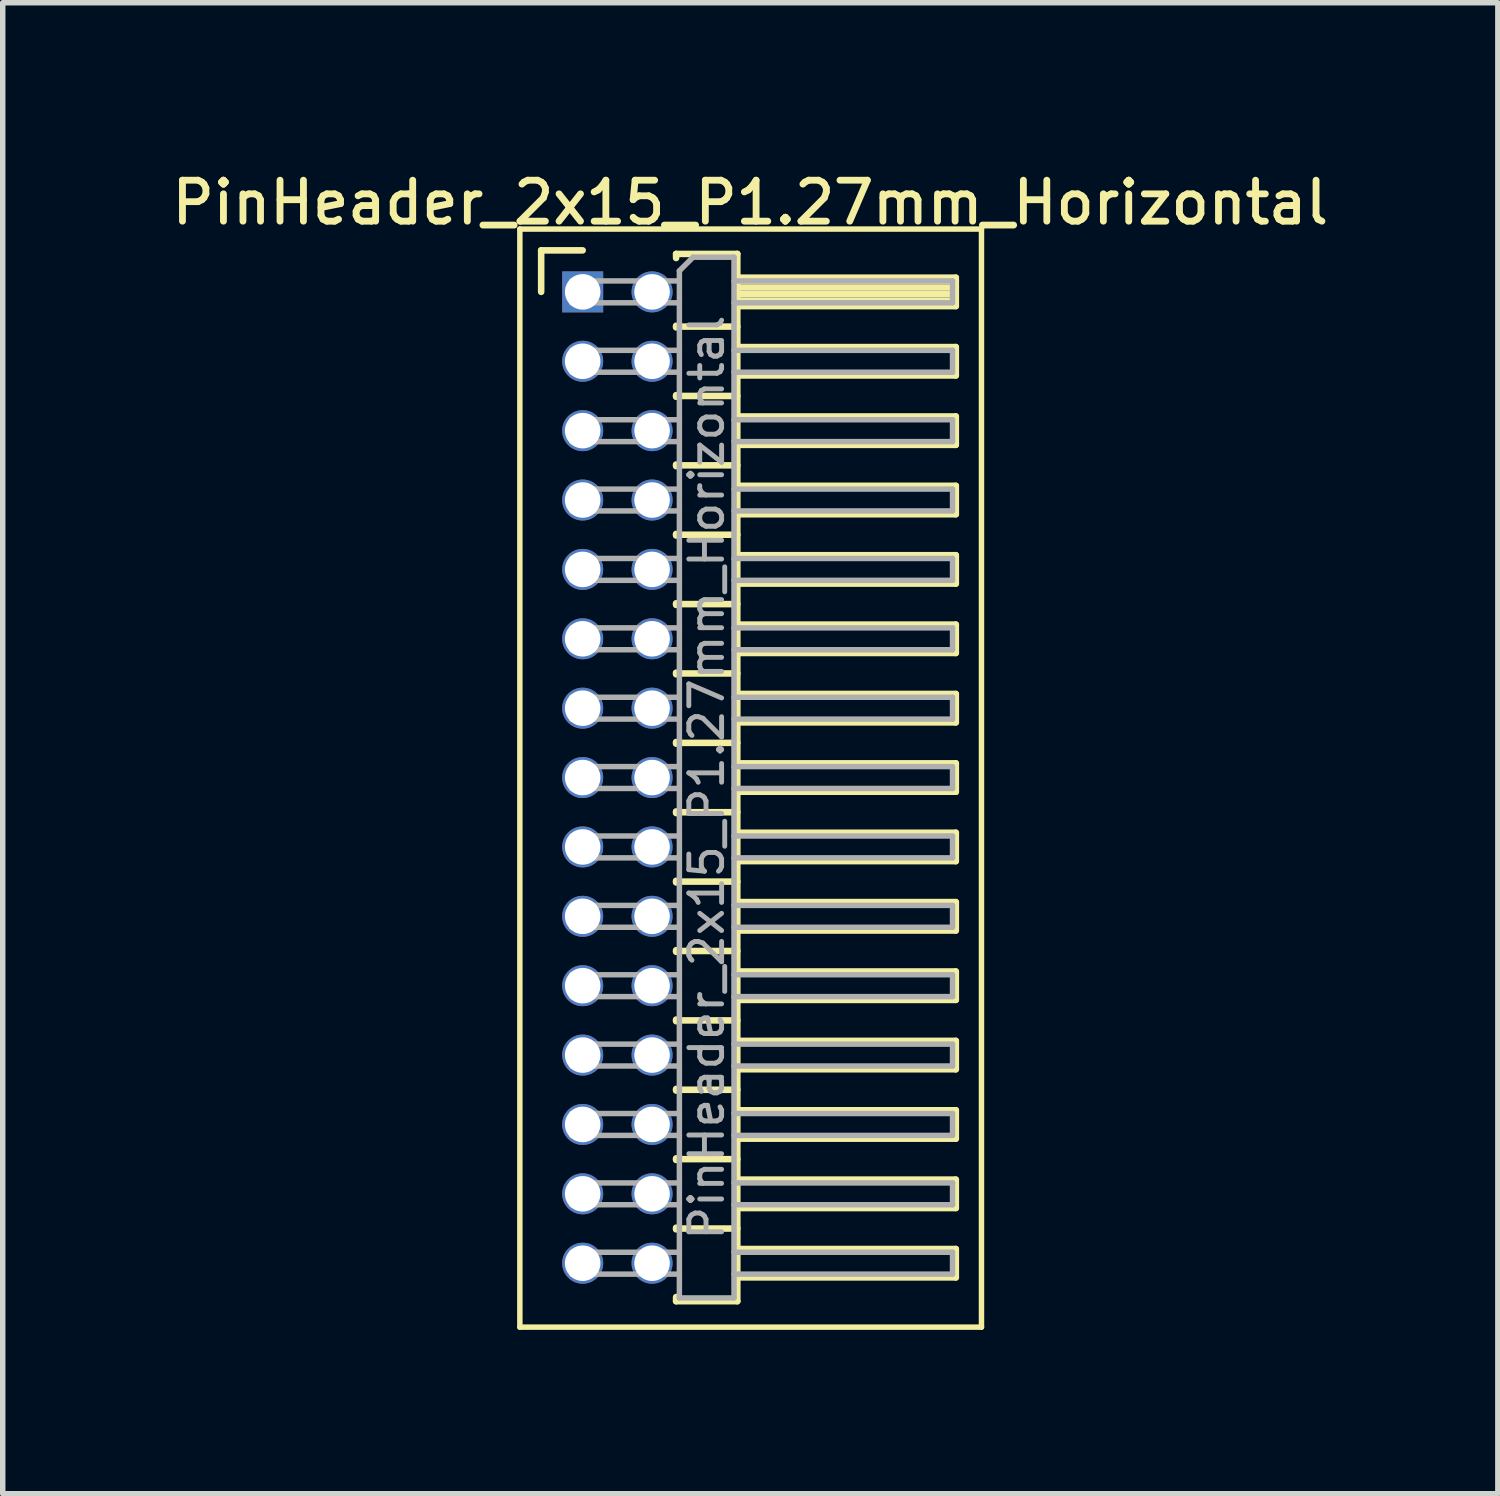
<source format=kicad_pcb>
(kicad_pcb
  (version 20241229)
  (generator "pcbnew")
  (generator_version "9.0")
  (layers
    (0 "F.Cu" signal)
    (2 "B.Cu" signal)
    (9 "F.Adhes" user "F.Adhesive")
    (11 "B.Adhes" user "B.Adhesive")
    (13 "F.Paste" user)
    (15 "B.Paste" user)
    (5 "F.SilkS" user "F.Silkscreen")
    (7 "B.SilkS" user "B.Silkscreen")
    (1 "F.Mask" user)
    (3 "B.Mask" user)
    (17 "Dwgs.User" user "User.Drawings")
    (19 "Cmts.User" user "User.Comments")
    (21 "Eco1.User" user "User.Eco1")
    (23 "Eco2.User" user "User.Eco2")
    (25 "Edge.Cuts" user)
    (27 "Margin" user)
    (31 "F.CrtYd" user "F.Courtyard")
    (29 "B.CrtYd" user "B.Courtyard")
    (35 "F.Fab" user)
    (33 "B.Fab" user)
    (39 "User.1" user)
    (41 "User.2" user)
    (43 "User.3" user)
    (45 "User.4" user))
  (footprint "PinHeader_2x15_P1.27mm_Horizontal"
    (layer "F.Cu")
    (at 7.616 2.293)
    (property "Reference" "PinHeader_2x15_P1.27mm_Horizontal" (at 3.067 -1.635 0) (layer "F.SilkS") (effects (font (size 0.75 0.75) (thickness 0.125))))
    (attr through_hole)
    (fp_line (start -1.15 -1.15) (end -1.15 18.95) (stroke (width 0.1) (type solid)) (layer "F.SilkS"))
    (fp_line (start -1.15 18.95) (end 7.3 18.95) (stroke (width 0.1) (type solid)) (layer "F.SilkS"))
    (fp_line (start -0.76 -0.76) (end 0 -0.76) (stroke (width 0.12) (type solid)) (layer "F.SilkS"))
    (fp_line (start -0.76 0) (end -0.76 -0.76) (stroke (width 0.12) (type solid)) (layer "F.SilkS"))
    (fp_line (start 1.71 -0.695) (end 2.83 -0.695) (stroke (width 0.12) (type solid)) (layer "F.SilkS"))
    (fp_line (start 1.71 -0.62) (end 1.71 -0.695) (stroke (width 0.12) (type solid)) (layer "F.SilkS"))
    (fp_line (start 1.71 0.62) (end 1.71 0.65) (stroke (width 0.12) (type solid)) (layer "F.SilkS"))
    (fp_line (start 1.71 0.635) (end 2.83 0.635) (stroke (width 0.12) (type solid)) (layer "F.SilkS"))
    (fp_line (start 1.71 1.89) (end 1.71 1.92) (stroke (width 0.12) (type solid)) (layer "F.SilkS"))
    (fp_line (start 1.71 1.905) (end 2.83 1.905) (stroke (width 0.12) (type solid)) (layer "F.SilkS"))
    (fp_line (start 1.71 3.16) (end 1.71 3.19) (stroke (width 0.12) (type solid)) (layer "F.SilkS"))
    (fp_line (start 1.71 3.175) (end 2.83 3.175) (stroke (width 0.12) (type solid)) (layer "F.SilkS"))
    (fp_line (start 1.71 4.43) (end 1.71 4.46) (stroke (width 0.12) (type solid)) (layer "F.SilkS"))
    (fp_line (start 1.71 4.445) (end 2.83 4.445) (stroke (width 0.12) (type solid)) (layer "F.SilkS"))
    (fp_line (start 1.71 5.7) (end 1.71 5.73) (stroke (width 0.12) (type solid)) (layer "F.SilkS"))
    (fp_line (start 1.71 5.715) (end 2.83 5.715) (stroke (width 0.12) (type solid)) (layer "F.SilkS"))
    (fp_line (start 1.71 6.97) (end 1.71 7) (stroke (width 0.12) (type solid)) (layer "F.SilkS"))
    (fp_line (start 1.71 6.985) (end 2.83 6.985) (stroke (width 0.12) (type solid)) (layer "F.SilkS"))
    (fp_line (start 1.71 8.24) (end 1.71 8.27) (stroke (width 0.12) (type solid)) (layer "F.SilkS"))
    (fp_line (start 1.71 8.255) (end 2.83 8.255) (stroke (width 0.12) (type solid)) (layer "F.SilkS"))
    (fp_line (start 1.71 9.51) (end 1.71 9.54) (stroke (width 0.12) (type solid)) (layer "F.SilkS"))
    (fp_line (start 1.71 9.525) (end 2.83 9.525) (stroke (width 0.12) (type solid)) (layer "F.SilkS"))
    (fp_line (start 1.71 10.78) (end 1.71 10.81) (stroke (width 0.12) (type solid)) (layer "F.SilkS"))
    (fp_line (start 1.71 10.795) (end 2.83 10.795) (stroke (width 0.12) (type solid)) (layer "F.SilkS"))
    (fp_line (start 1.71 12.05) (end 1.71 12.08) (stroke (width 0.12) (type solid)) (layer "F.SilkS"))
    (fp_line (start 1.71 12.065) (end 2.83 12.065) (stroke (width 0.12) (type solid)) (layer "F.SilkS"))
    (fp_line (start 1.71 13.32) (end 1.71 13.35) (stroke (width 0.12) (type solid)) (layer "F.SilkS"))
    (fp_line (start 1.71 13.335) (end 2.83 13.335) (stroke (width 0.12) (type solid)) (layer "F.SilkS"))
    (fp_line (start 1.71 14.59) (end 1.71 14.62) (stroke (width 0.12) (type solid)) (layer "F.SilkS"))
    (fp_line (start 1.71 14.605) (end 2.83 14.605) (stroke (width 0.12) (type solid)) (layer "F.SilkS"))
    (fp_line (start 1.71 15.86) (end 1.71 15.89) (stroke (width 0.12) (type solid)) (layer "F.SilkS"))
    (fp_line (start 1.71 15.875) (end 2.83 15.875) (stroke (width 0.12) (type solid)) (layer "F.SilkS"))
    (fp_line (start 1.71 17.13) (end 1.71 17.16) (stroke (width 0.12) (type solid)) (layer "F.SilkS"))
    (fp_line (start 1.71 17.145) (end 2.83 17.145) (stroke (width 0.12) (type solid)) (layer "F.SilkS"))
    (fp_line (start 1.71 18.475) (end 1.71 18.4) (stroke (width 0.12) (type solid)) (layer "F.SilkS"))
    (fp_line (start 2.83 -0.695) (end 2.83 18.475) (stroke (width 0.12) (type solid)) (layer "F.SilkS"))
    (fp_line (start 2.83 -0.26) (end 6.83 -0.26) (stroke (width 0.12) (type solid)) (layer "F.SilkS"))
    (fp_line (start 2.83 -0.2) (end 6.83 -0.2) (stroke (width 0.12) (type solid)) (layer "F.SilkS"))
    (fp_line (start 2.83 -0.08) (end 6.83 -0.08) (stroke (width 0.12) (type solid)) (layer "F.SilkS"))
    (fp_line (start 2.83 0.04) (end 6.83 0.04) (stroke (width 0.12) (type solid)) (layer "F.SilkS"))
    (fp_line (start 2.83 0.16) (end 6.83 0.16) (stroke (width 0.12) (type solid)) (layer "F.SilkS"))
    (fp_line (start 2.83 1.01) (end 6.83 1.01) (stroke (width 0.12) (type solid)) (layer "F.SilkS"))
    (fp_line (start 2.83 2.28) (end 6.83 2.28) (stroke (width 0.12) (type solid)) (layer "F.SilkS"))
    (fp_line (start 2.83 3.55) (end 6.83 3.55) (stroke (width 0.12) (type solid)) (layer "F.SilkS"))
    (fp_line (start 2.83 4.82) (end 6.83 4.82) (stroke (width 0.12) (type solid)) (layer "F.SilkS"))
    (fp_line (start 2.83 6.09) (end 6.83 6.09) (stroke (width 0.12) (type solid)) (layer "F.SilkS"))
    (fp_line (start 2.83 7.36) (end 6.83 7.36) (stroke (width 0.12) (type solid)) (layer "F.SilkS"))
    (fp_line (start 2.83 8.63) (end 6.83 8.63) (stroke (width 0.12) (type solid)) (layer "F.SilkS"))
    (fp_line (start 2.83 9.9) (end 6.83 9.9) (stroke (width 0.12) (type solid)) (layer "F.SilkS"))
    (fp_line (start 2.83 11.17) (end 6.83 11.17) (stroke (width 0.12) (type solid)) (layer "F.SilkS"))
    (fp_line (start 2.83 12.44) (end 6.83 12.44) (stroke (width 0.12) (type solid)) (layer "F.SilkS"))
    (fp_line (start 2.83 13.71) (end 6.83 13.71) (stroke (width 0.12) (type solid)) (layer "F.SilkS"))
    (fp_line (start 2.83 14.98) (end 6.83 14.98) (stroke (width 0.12) (type solid)) (layer "F.SilkS"))
    (fp_line (start 2.83 16.25) (end 6.83 16.25) (stroke (width 0.12) (type solid)) (layer "F.SilkS"))
    (fp_line (start 2.83 17.52) (end 6.83 17.52) (stroke (width 0.12) (type solid)) (layer "F.SilkS"))
    (fp_line (start 2.83 18.475) (end 1.71 18.475) (stroke (width 0.12) (type solid)) (layer "F.SilkS"))
    (fp_line (start 6.83 -0.26) (end 6.83 0.26) (stroke (width 0.12) (type solid)) (layer "F.SilkS"))
    (fp_line (start 6.83 0.26) (end 2.83 0.26) (stroke (width 0.12) (type solid)) (layer "F.SilkS"))
    (fp_line (start 6.83 1.01) (end 6.83 1.53) (stroke (width 0.12) (type solid)) (layer "F.SilkS"))
    (fp_line (start 6.83 1.53) (end 2.83 1.53) (stroke (width 0.12) (type solid)) (layer "F.SilkS"))
    (fp_line (start 6.83 2.28) (end 6.83 2.8) (stroke (width 0.12) (type solid)) (layer "F.SilkS"))
    (fp_line (start 6.83 2.8) (end 2.83 2.8) (stroke (width 0.12) (type solid)) (layer "F.SilkS"))
    (fp_line (start 6.83 3.55) (end 6.83 4.07) (stroke (width 0.12) (type solid)) (layer "F.SilkS"))
    (fp_line (start 6.83 4.07) (end 2.83 4.07) (stroke (width 0.12) (type solid)) (layer "F.SilkS"))
    (fp_line (start 6.83 4.82) (end 6.83 5.34) (stroke (width 0.12) (type solid)) (layer "F.SilkS"))
    (fp_line (start 6.83 5.34) (end 2.83 5.34) (stroke (width 0.12) (type solid)) (layer "F.SilkS"))
    (fp_line (start 6.83 6.09) (end 6.83 6.61) (stroke (width 0.12) (type solid)) (layer "F.SilkS"))
    (fp_line (start 6.83 6.61) (end 2.83 6.61) (stroke (width 0.12) (type solid)) (layer "F.SilkS"))
    (fp_line (start 6.83 7.36) (end 6.83 7.88) (stroke (width 0.12) (type solid)) (layer "F.SilkS"))
    (fp_line (start 6.83 7.88) (end 2.83 7.88) (stroke (width 0.12) (type solid)) (layer "F.SilkS"))
    (fp_line (start 6.83 8.63) (end 6.83 9.15) (stroke (width 0.12) (type solid)) (layer "F.SilkS"))
    (fp_line (start 6.83 9.15) (end 2.83 9.15) (stroke (width 0.12) (type solid)) (layer "F.SilkS"))
    (fp_line (start 6.83 9.9) (end 6.83 10.42) (stroke (width 0.12) (type solid)) (layer "F.SilkS"))
    (fp_line (start 6.83 10.42) (end 2.83 10.42) (stroke (width 0.12) (type solid)) (layer "F.SilkS"))
    (fp_line (start 6.83 11.17) (end 6.83 11.69) (stroke (width 0.12) (type solid)) (layer "F.SilkS"))
    (fp_line (start 6.83 11.69) (end 2.83 11.69) (stroke (width 0.12) (type solid)) (layer "F.SilkS"))
    (fp_line (start 6.83 12.44) (end 6.83 12.96) (stroke (width 0.12) (type solid)) (layer "F.SilkS"))
    (fp_line (start 6.83 12.96) (end 2.83 12.96) (stroke (width 0.12) (type solid)) (layer "F.SilkS"))
    (fp_line (start 6.83 13.71) (end 6.83 14.23) (stroke (width 0.12) (type solid)) (layer "F.SilkS"))
    (fp_line (start 6.83 14.23) (end 2.83 14.23) (stroke (width 0.12) (type solid)) (layer "F.SilkS"))
    (fp_line (start 6.83 14.98) (end 6.83 15.5) (stroke (width 0.12) (type solid)) (layer "F.SilkS"))
    (fp_line (start 6.83 15.5) (end 2.83 15.5) (stroke (width 0.12) (type solid)) (layer "F.SilkS"))
    (fp_line (start 6.83 16.25) (end 6.83 16.77) (stroke (width 0.12) (type solid)) (layer "F.SilkS"))
    (fp_line (start 6.83 16.77) (end 2.83 16.77) (stroke (width 0.12) (type solid)) (layer "F.SilkS"))
    (fp_line (start 6.83 17.52) (end 6.83 18.04) (stroke (width 0.12) (type solid)) (layer "F.SilkS"))
    (fp_line (start 6.83 18.04) (end 2.83 18.04) (stroke (width 0.12) (type solid)) (layer "F.SilkS"))
    (fp_line (start 7.3 -1.15) (end -1.15 -1.15) (stroke (width 0.1) (type solid)) (layer "F.SilkS"))
    (fp_line (start 7.3 18.95) (end 7.3 -1.15) (stroke (width 0.1) (type solid)) (layer "F.SilkS"))
    (fp_line (start -0.2 -0.2) (end -0.2 0.2) (stroke (width 0.1) (type solid)) (layer "F.Fab"))
    (fp_line (start -0.2 -0.2) (end 1.77 -0.2) (stroke (width 0.1) (type solid)) (layer "F.Fab"))
    (fp_line (start -0.2 0.2) (end 1.77 0.2) (stroke (width 0.1) (type solid)) (layer "F.Fab"))
    (fp_line (start -0.2 1.07) (end -0.2 1.47) (stroke (width 0.1) (type solid)) (layer "F.Fab"))
    (fp_line (start -0.2 1.07) (end 1.77 1.07) (stroke (width 0.1) (type solid)) (layer "F.Fab"))
    (fp_line (start -0.2 1.47) (end 1.77 1.47) (stroke (width 0.1) (type solid)) (layer "F.Fab"))
    (fp_line (start -0.2 2.34) (end -0.2 2.74) (stroke (width 0.1) (type solid)) (layer "F.Fab"))
    (fp_line (start -0.2 2.34) (end 1.77 2.34) (stroke (width 0.1) (type solid)) (layer "F.Fab"))
    (fp_line (start -0.2 2.74) (end 1.77 2.74) (stroke (width 0.1) (type solid)) (layer "F.Fab"))
    (fp_line (start -0.2 3.61) (end -0.2 4.01) (stroke (width 0.1) (type solid)) (layer "F.Fab"))
    (fp_line (start -0.2 3.61) (end 1.77 3.61) (stroke (width 0.1) (type solid)) (layer "F.Fab"))
    (fp_line (start -0.2 4.01) (end 1.77 4.01) (stroke (width 0.1) (type solid)) (layer "F.Fab"))
    (fp_line (start -0.2 4.88) (end -0.2 5.28) (stroke (width 0.1) (type solid)) (layer "F.Fab"))
    (fp_line (start -0.2 4.88) (end 1.77 4.88) (stroke (width 0.1) (type solid)) (layer "F.Fab"))
    (fp_line (start -0.2 5.28) (end 1.77 5.28) (stroke (width 0.1) (type solid)) (layer "F.Fab"))
    (fp_line (start -0.2 6.15) (end -0.2 6.55) (stroke (width 0.1) (type solid)) (layer "F.Fab"))
    (fp_line (start -0.2 6.15) (end 1.77 6.15) (stroke (width 0.1) (type solid)) (layer "F.Fab"))
    (fp_line (start -0.2 6.55) (end 1.77 6.55) (stroke (width 0.1) (type solid)) (layer "F.Fab"))
    (fp_line (start -0.2 7.42) (end -0.2 7.82) (stroke (width 0.1) (type solid)) (layer "F.Fab"))
    (fp_line (start -0.2 7.42) (end 1.77 7.42) (stroke (width 0.1) (type solid)) (layer "F.Fab"))
    (fp_line (start -0.2 7.82) (end 1.77 7.82) (stroke (width 0.1) (type solid)) (layer "F.Fab"))
    (fp_line (start -0.2 8.69) (end -0.2 9.09) (stroke (width 0.1) (type solid)) (layer "F.Fab"))
    (fp_line (start -0.2 8.69) (end 1.77 8.69) (stroke (width 0.1) (type solid)) (layer "F.Fab"))
    (fp_line (start -0.2 9.09) (end 1.77 9.09) (stroke (width 0.1) (type solid)) (layer "F.Fab"))
    (fp_line (start -0.2 9.96) (end -0.2 10.36) (stroke (width 0.1) (type solid)) (layer "F.Fab"))
    (fp_line (start -0.2 9.96) (end 1.77 9.96) (stroke (width 0.1) (type solid)) (layer "F.Fab"))
    (fp_line (start -0.2 10.36) (end 1.77 10.36) (stroke (width 0.1) (type solid)) (layer "F.Fab"))
    (fp_line (start -0.2 11.23) (end -0.2 11.63) (stroke (width 0.1) (type solid)) (layer "F.Fab"))
    (fp_line (start -0.2 11.23) (end 1.77 11.23) (stroke (width 0.1) (type solid)) (layer "F.Fab"))
    (fp_line (start -0.2 11.63) (end 1.77 11.63) (stroke (width 0.1) (type solid)) (layer "F.Fab"))
    (fp_line (start -0.2 12.5) (end -0.2 12.9) (stroke (width 0.1) (type solid)) (layer "F.Fab"))
    (fp_line (start -0.2 12.5) (end 1.77 12.5) (stroke (width 0.1) (type solid)) (layer "F.Fab"))
    (fp_line (start -0.2 12.9) (end 1.77 12.9) (stroke (width 0.1) (type solid)) (layer "F.Fab"))
    (fp_line (start -0.2 13.77) (end -0.2 14.17) (stroke (width 0.1) (type solid)) (layer "F.Fab"))
    (fp_line (start -0.2 13.77) (end 1.77 13.77) (stroke (width 0.1) (type solid)) (layer "F.Fab"))
    (fp_line (start -0.2 14.17) (end 1.77 14.17) (stroke (width 0.1) (type solid)) (layer "F.Fab"))
    (fp_line (start -0.2 15.04) (end -0.2 15.44) (stroke (width 0.1) (type solid)) (layer "F.Fab"))
    (fp_line (start -0.2 15.04) (end 1.77 15.04) (stroke (width 0.1) (type solid)) (layer "F.Fab"))
    (fp_line (start -0.2 15.44) (end 1.77 15.44) (stroke (width 0.1) (type solid)) (layer "F.Fab"))
    (fp_line (start -0.2 16.31) (end -0.2 16.71) (stroke (width 0.1) (type solid)) (layer "F.Fab"))
    (fp_line (start -0.2 16.31) (end 1.77 16.31) (stroke (width 0.1) (type solid)) (layer "F.Fab"))
    (fp_line (start -0.2 16.71) (end 1.77 16.71) (stroke (width 0.1) (type solid)) (layer "F.Fab"))
    (fp_line (start -0.2 17.58) (end -0.2 17.98) (stroke (width 0.1) (type solid)) (layer "F.Fab"))
    (fp_line (start -0.2 17.58) (end 1.77 17.58) (stroke (width 0.1) (type solid)) (layer "F.Fab"))
    (fp_line (start -0.2 17.98) (end 1.77 17.98) (stroke (width 0.1) (type solid)) (layer "F.Fab"))
    (fp_line (start 1.77 -0.385) (end 2.02 -0.635) (stroke (width 0.1) (type solid)) (layer "F.Fab"))
    (fp_line (start 1.77 18.415) (end 1.77 -0.385) (stroke (width 0.1) (type solid)) (layer "F.Fab"))
    (fp_line (start 2.02 -0.635) (end 2.77 -0.635) (stroke (width 0.1) (type solid)) (layer "F.Fab"))
    (fp_line (start 2.77 -0.635) (end 2.77 18.415) (stroke (width 0.1) (type solid)) (layer "F.Fab"))
    (fp_line (start 2.77 -0.2) (end 6.77 -0.2) (stroke (width 0.1) (type solid)) (layer "F.Fab"))
    (fp_line (start 2.77 0.2) (end 6.77 0.2) (stroke (width 0.1) (type solid)) (layer "F.Fab"))
    (fp_line (start 2.77 1.07) (end 6.77 1.07) (stroke (width 0.1) (type solid)) (layer "F.Fab"))
    (fp_line (start 2.77 1.47) (end 6.77 1.47) (stroke (width 0.1) (type solid)) (layer "F.Fab"))
    (fp_line (start 2.77 2.34) (end 6.77 2.34) (stroke (width 0.1) (type solid)) (layer "F.Fab"))
    (fp_line (start 2.77 2.74) (end 6.77 2.74) (stroke (width 0.1) (type solid)) (layer "F.Fab"))
    (fp_line (start 2.77 3.61) (end 6.77 3.61) (stroke (width 0.1) (type solid)) (layer "F.Fab"))
    (fp_line (start 2.77 4.01) (end 6.77 4.01) (stroke (width 0.1) (type solid)) (layer "F.Fab"))
    (fp_line (start 2.77 4.88) (end 6.77 4.88) (stroke (width 0.1) (type solid)) (layer "F.Fab"))
    (fp_line (start 2.77 5.28) (end 6.77 5.28) (stroke (width 0.1) (type solid)) (layer "F.Fab"))
    (fp_line (start 2.77 6.15) (end 6.77 6.15) (stroke (width 0.1) (type solid)) (layer "F.Fab"))
    (fp_line (start 2.77 6.55) (end 6.77 6.55) (stroke (width 0.1) (type solid)) (layer "F.Fab"))
    (fp_line (start 2.77 7.42) (end 6.77 7.42) (stroke (width 0.1) (type solid)) (layer "F.Fab"))
    (fp_line (start 2.77 7.82) (end 6.77 7.82) (stroke (width 0.1) (type solid)) (layer "F.Fab"))
    (fp_line (start 2.77 8.69) (end 6.77 8.69) (stroke (width 0.1) (type solid)) (layer "F.Fab"))
    (fp_line (start 2.77 9.09) (end 6.77 9.09) (stroke (width 0.1) (type solid)) (layer "F.Fab"))
    (fp_line (start 2.77 9.96) (end 6.77 9.96) (stroke (width 0.1) (type solid)) (layer "F.Fab"))
    (fp_line (start 2.77 10.36) (end 6.77 10.36) (stroke (width 0.1) (type solid)) (layer "F.Fab"))
    (fp_line (start 2.77 11.23) (end 6.77 11.23) (stroke (width 0.1) (type solid)) (layer "F.Fab"))
    (fp_line (start 2.77 11.63) (end 6.77 11.63) (stroke (width 0.1) (type solid)) (layer "F.Fab"))
    (fp_line (start 2.77 12.5) (end 6.77 12.5) (stroke (width 0.1) (type solid)) (layer "F.Fab"))
    (fp_line (start 2.77 12.9) (end 6.77 12.9) (stroke (width 0.1) (type solid)) (layer "F.Fab"))
    (fp_line (start 2.77 13.77) (end 6.77 13.77) (stroke (width 0.1) (type solid)) (layer "F.Fab"))
    (fp_line (start 2.77 14.17) (end 6.77 14.17) (stroke (width 0.1) (type solid)) (layer "F.Fab"))
    (fp_line (start 2.77 15.04) (end 6.77 15.04) (stroke (width 0.1) (type solid)) (layer "F.Fab"))
    (fp_line (start 2.77 15.44) (end 6.77 15.44) (stroke (width 0.1) (type solid)) (layer "F.Fab"))
    (fp_line (start 2.77 16.31) (end 6.77 16.31) (stroke (width 0.1) (type solid)) (layer "F.Fab"))
    (fp_line (start 2.77 16.71) (end 6.77 16.71) (stroke (width 0.1) (type solid)) (layer "F.Fab"))
    (fp_line (start 2.77 17.58) (end 6.77 17.58) (stroke (width 0.1) (type solid)) (layer "F.Fab"))
    (fp_line (start 2.77 17.98) (end 6.77 17.98) (stroke (width 0.1) (type solid)) (layer "F.Fab"))
    (fp_line (start 2.77 18.415) (end 1.77 18.415) (stroke (width 0.1) (type solid)) (layer "F.Fab"))
    (fp_line (start 6.77 -0.2) (end 6.77 0.2) (stroke (width 0.1) (type solid)) (layer "F.Fab"))
    (fp_line (start 6.77 1.07) (end 6.77 1.47) (stroke (width 0.1) (type solid)) (layer "F.Fab"))
    (fp_line (start 6.77 2.34) (end 6.77 2.74) (stroke (width 0.1) (type solid)) (layer "F.Fab"))
    (fp_line (start 6.77 3.61) (end 6.77 4.01) (stroke (width 0.1) (type solid)) (layer "F.Fab"))
    (fp_line (start 6.77 4.88) (end 6.77 5.28) (stroke (width 0.1) (type solid)) (layer "F.Fab"))
    (fp_line (start 6.77 6.15) (end 6.77 6.55) (stroke (width 0.1) (type solid)) (layer "F.Fab"))
    (fp_line (start 6.77 7.42) (end 6.77 7.82) (stroke (width 0.1) (type solid)) (layer "F.Fab"))
    (fp_line (start 6.77 8.69) (end 6.77 9.09) (stroke (width 0.1) (type solid)) (layer "F.Fab"))
    (fp_line (start 6.77 9.96) (end 6.77 10.36) (stroke (width 0.1) (type solid)) (layer "F.Fab"))
    (fp_line (start 6.77 11.23) (end 6.77 11.63) (stroke (width 0.1) (type solid)) (layer "F.Fab"))
    (fp_line (start 6.77 12.5) (end 6.77 12.9) (stroke (width 0.1) (type solid)) (layer "F.Fab"))
    (fp_line (start 6.77 13.77) (end 6.77 14.17) (stroke (width 0.1) (type solid)) (layer "F.Fab"))
    (fp_line (start 6.77 15.04) (end 6.77 15.44) (stroke (width 0.1) (type solid)) (layer "F.Fab"))
    (fp_line (start 6.77 16.31) (end 6.77 16.71) (stroke (width 0.1) (type solid)) (layer "F.Fab"))
    (fp_line (start 6.77 17.58) (end 6.77 17.98) (stroke (width 0.1) (type solid)) (layer "F.Fab"))
    (fp_text user "${REFERENCE}" (at 2.27 8.89 90) (layer "F.Fab") (effects (font (size 0.6 0.6) (thickness 0.09))))
    (pad "1" thru_hole rect (at 0 0) (size 0.75 0.75) (drill 0.65) (layers "*.Cu" "*.Mask"))
    (pad "2" thru_hole oval (at 1.27 0) (size 0.75 0.75) (drill 0.65) (layers "*.Cu" "*.Mask"))
    (pad "3" thru_hole oval (at 0 1.27) (size 0.75 0.75) (drill 0.65) (layers "*.Cu" "*.Mask"))
    (pad "4" thru_hole oval (at 1.27 1.27) (size 0.75 0.75) (drill 0.65) (layers "*.Cu" "*.Mask"))
    (pad "5" thru_hole oval (at 0 2.54) (size 0.75 0.75) (drill 0.65) (layers "*.Cu" "*.Mask"))
    (pad "6" thru_hole oval (at 1.27 2.54) (size 0.75 0.75) (drill 0.65) (layers "*.Cu" "*.Mask"))
    (pad "7" thru_hole oval (at 0 3.81) (size 0.75 0.75) (drill 0.65) (layers "*.Cu" "*.Mask"))
    (pad "8" thru_hole oval (at 1.27 3.81) (size 0.75 0.75) (drill 0.65) (layers "*.Cu" "*.Mask"))
    (pad "9" thru_hole oval (at 0 5.08) (size 0.75 0.75) (drill 0.65) (layers "*.Cu" "*.Mask"))
    (pad "10" thru_hole oval (at 1.27 5.08) (size 0.75 0.75) (drill 0.65) (layers "*.Cu" "*.Mask"))
    (pad "11" thru_hole oval (at 0 6.35) (size 0.75 0.75) (drill 0.65) (layers "*.Cu" "*.Mask"))
    (pad "12" thru_hole oval (at 1.27 6.35) (size 0.75 0.75) (drill 0.65) (layers "*.Cu" "*.Mask"))
    (pad "13" thru_hole oval (at 0 7.62) (size 0.75 0.75) (drill 0.65) (layers "*.Cu" "*.Mask"))
    (pad "14" thru_hole oval (at 1.27 7.62) (size 0.75 0.75) (drill 0.65) (layers "*.Cu" "*.Mask"))
    (pad "15" thru_hole oval (at 0 8.89) (size 0.75 0.75) (drill 0.65) (layers "*.Cu" "*.Mask"))
    (pad "16" thru_hole oval (at 1.27 8.89) (size 0.75 0.75) (drill 0.65) (layers "*.Cu" "*.Mask"))
    (pad "17" thru_hole oval (at 0 10.16) (size 0.75 0.75) (drill 0.65) (layers "*.Cu" "*.Mask"))
    (pad "18" thru_hole oval (at 1.27 10.16) (size 0.75 0.75) (drill 0.65) (layers "*.Cu" "*.Mask"))
    (pad "19" thru_hole oval (at 0 11.43) (size 0.75 0.75) (drill 0.65) (layers "*.Cu" "*.Mask"))
    (pad "20" thru_hole oval (at 1.27 11.43) (size 0.75 0.75) (drill 0.65) (layers "*.Cu" "*.Mask"))
    (pad "21" thru_hole oval (at 0 12.7) (size 0.75 0.75) (drill 0.65) (layers "*.Cu" "*.Mask"))
    (pad "22" thru_hole oval (at 1.27 12.7) (size 0.75 0.75) (drill 0.65) (layers "*.Cu" "*.Mask"))
    (pad "23" thru_hole oval (at 0 13.97) (size 0.75 0.75) (drill 0.65) (layers "*.Cu" "*.Mask"))
    (pad "24" thru_hole oval (at 1.27 13.97) (size 0.75 0.75) (drill 0.65) (layers "*.Cu" "*.Mask"))
    (pad "25" thru_hole oval (at 0 15.24) (size 0.75 0.75) (drill 0.65) (layers "*.Cu" "*.Mask"))
    (pad "26" thru_hole oval (at 1.27 15.24) (size 0.75 0.75) (drill 0.65) (layers "*.Cu" "*.Mask"))
    (pad "27" thru_hole oval (at 0 16.51) (size 0.75 0.75) (drill 0.65) (layers "*.Cu" "*.Mask"))
    (pad "28" thru_hole oval (at 1.27 16.51) (size 0.75 0.75) (drill 0.65) (layers "*.Cu" "*.Mask"))
    (pad "29" thru_hole oval (at 0 17.78) (size 0.75 0.75) (drill 0.65) (layers "*.Cu" "*.Mask"))
    (pad "30" thru_hole oval (at 1.27 17.78) (size 0.75 0.75) (drill 0.65) (layers "*.Cu" "*.Mask")))
  (gr_rect
    (start -3 -3)
    (end 24.368 24.293)
    (stroke (width 0.1) (type default))
    (fill no)
    (layer "Edge.Cuts")))
</source>
